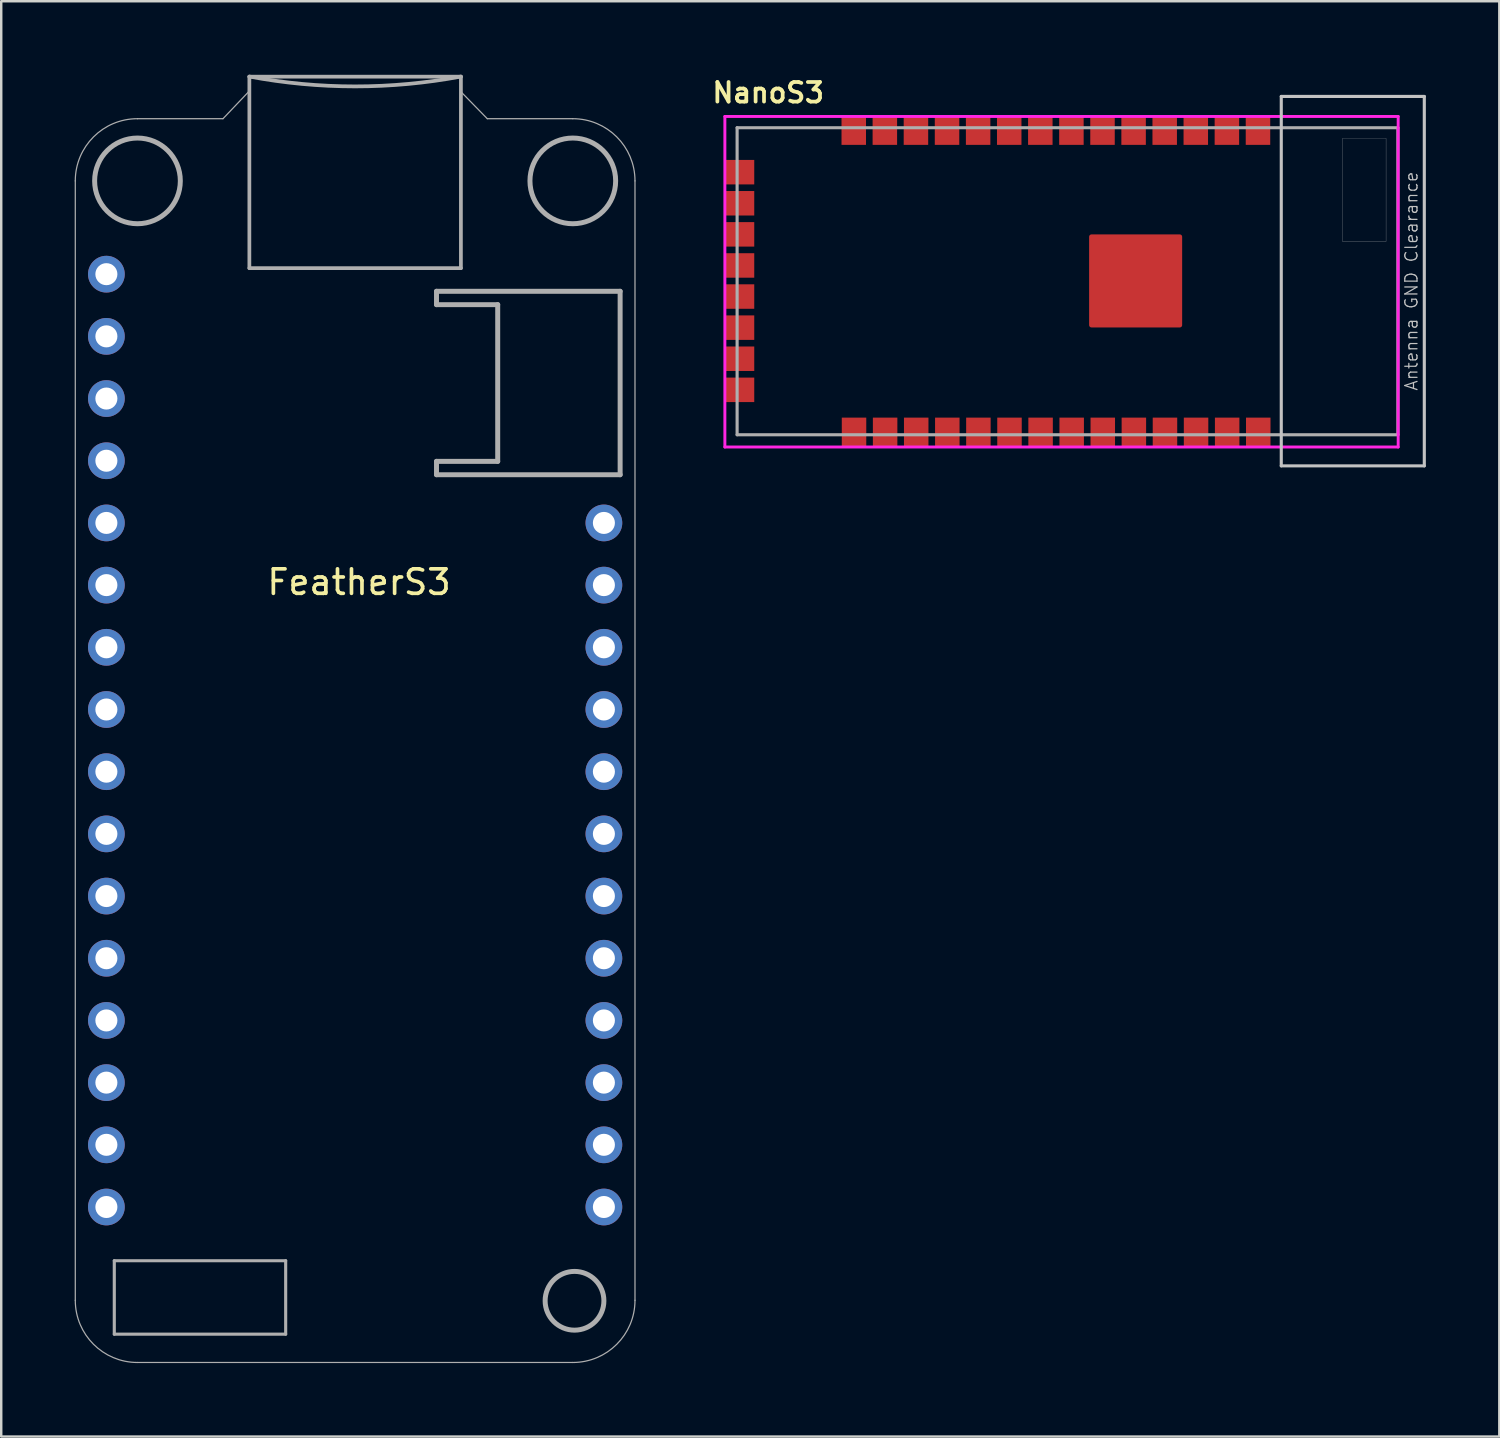
<source format=kicad_pcb>
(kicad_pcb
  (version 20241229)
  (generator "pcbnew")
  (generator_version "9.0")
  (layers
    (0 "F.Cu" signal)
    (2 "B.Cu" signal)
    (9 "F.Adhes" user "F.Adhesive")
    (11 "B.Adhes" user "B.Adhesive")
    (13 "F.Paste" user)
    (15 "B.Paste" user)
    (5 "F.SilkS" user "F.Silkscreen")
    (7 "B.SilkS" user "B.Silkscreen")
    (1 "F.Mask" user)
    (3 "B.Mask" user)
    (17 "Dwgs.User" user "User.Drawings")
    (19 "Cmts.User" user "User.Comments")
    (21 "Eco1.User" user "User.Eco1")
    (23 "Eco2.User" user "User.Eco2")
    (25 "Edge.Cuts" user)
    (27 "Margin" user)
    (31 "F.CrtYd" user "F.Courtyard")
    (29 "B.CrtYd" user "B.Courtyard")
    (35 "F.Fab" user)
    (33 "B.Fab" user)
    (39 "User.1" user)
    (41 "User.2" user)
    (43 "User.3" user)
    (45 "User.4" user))
  (footprint "FeatherS3"
    (layer "F.Cu")
    (at 11.615 26.128)
    (property "Reference" "FeatherS3" (at 0 -5.4 0) (unlocked yes) (layer "F.SilkS") (effects (font (size 1 1) (thickness 0.15))))
    (attr through_hole)
    (fp_line (start -11.59 -21.79) (end -11.59 23.93) (stroke (width 0.05) (type solid)) (layer "F.Fab"))
    (fp_line (start -9.997 22.314) (end -2.997 22.314) (stroke (width 0.127) (type solid)) (layer "F.Fab"))
    (fp_line (start -9.997 25.314) (end -9.997 22.314) (stroke (width 0.127) (type solid)) (layer "F.Fab"))
    (fp_line (start -9.05 26.47) (end 8.73 26.47) (stroke (width 0.05) (type solid)) (layer "F.Fab"))
    (fp_line (start -5.558 -24.33) (end -9.05 -24.33) (stroke (width 0.05) (type solid)) (layer "F.Fab"))
    (fp_line (start -4.486 -25.457) (end -5.558 -24.33) (stroke (width 0.05) (type solid)) (layer "F.Fab"))
    (fp_line (start -4.48 -18.226) (end -4.48 -26.046) (stroke (width 0.152) (type solid)) (layer "F.Fab"))
    (fp_line (start -4.48 -18.216) (end -4.48 -18.226) (stroke (width 0.01) (type solid)) (layer "F.Fab"))
    (fp_line (start -2.997 22.314) (end -2.997 25.314) (stroke (width 0.127) (type solid)) (layer "F.Fab"))
    (fp_line (start -2.997 25.314) (end -9.997 25.314) (stroke (width 0.127) (type solid)) (layer "F.Fab"))
    (fp_line (start 3.163 -17.281) (end 10.663 -17.281) (stroke (width 0.203) (type solid)) (layer "F.Fab"))
    (fp_line (start 3.163 -16.735) (end 3.163 -17.281) (stroke (width 0.203) (type solid)) (layer "F.Fab"))
    (fp_line (start 3.163 -10.335) (end 5.663 -10.335) (stroke (width 0.203) (type solid)) (layer "F.Fab"))
    (fp_line (start 3.163 -9.789) (end 3.163 -10.335) (stroke (width 0.203) (type solid)) (layer "F.Fab"))
    (fp_line (start 4.16 -26.046) (end -4.48 -26.046) (stroke (width 0.152) (type solid)) (layer "F.Fab"))
    (fp_line (start 4.16 -26.046) (end 4.16 -18.226) (stroke (width 0.152) (type solid)) (layer "F.Fab"))
    (fp_line (start 4.16 -22.646) (end 4.16 -24.246) (stroke (width 0.01) (type solid)) (layer "F.Fab"))
    (fp_line (start 4.16 -18.226) (end -4.48 -18.226) (stroke (width 0.152) (type solid)) (layer "F.Fab"))
    (fp_line (start 4.16 -18.216) (end 4.16 -18.226) (stroke (width 0.01) (type solid)) (layer "F.Fab"))
    (fp_line (start 5.237 -24.33) (end 4.182 -25.409) (stroke (width 0.05) (type solid)) (layer "F.Fab"))
    (fp_line (start 5.663 -16.735) (end 3.163 -16.735) (stroke (width 0.203) (type solid)) (layer "F.Fab"))
    (fp_line (start 5.663 -10.335) (end 5.663 -16.735) (stroke (width 0.203) (type solid)) (layer "F.Fab"))
    (fp_line (start 8.73 -24.33) (end 5.237 -24.33) (stroke (width 0.05) (type solid)) (layer "F.Fab"))
    (fp_line (start 10.663 -17.281) (end 10.663 -9.789) (stroke (width 0.203) (type solid)) (layer "F.Fab"))
    (fp_line (start 10.663 -9.789) (end 3.163 -9.789) (stroke (width 0.203) (type solid)) (layer "F.Fab"))
    (fp_line (start 11.27 23.93) (end 11.27 -21.79) (stroke (width 0.05) (type solid)) (layer "F.Fab"))
    (fp_arc (start -11.59 -21.79) (mid -10.846051 -23.586051) (end -9.05 -24.33) (stroke (width 0.05) (type solid)) (layer "F.Fab"))
    (fp_arc (start -9.05 26.47) (mid -10.846051 25.726051) (end -11.59 23.93) (stroke (width 0.05) (type solid)) (layer "F.Fab"))
    (fp_arc (start 4.16 -26.05135) (mid -0.16 -25.649025) (end -4.48 -26.05135) (stroke (width 0.1524) (type solid)) (layer "F.Fab"))
    (fp_arc (start 8.73 -24.33) (mid 10.526051 -23.586051) (end 11.27 -21.79) (stroke (width 0.05) (type solid)) (layer "F.Fab"))
    (fp_arc (start 11.27 23.93) (mid 10.526051 25.726051) (end 8.73 26.47) (stroke (width 0.05) (type solid)) (layer "F.Fab"))
    (fp_circle (center -9.05 -21.79) (end -7.3 -21.79) (stroke (width 0.203) (type solid)) (fill no) (layer "F.Fab"))
    (fp_circle (center 8.73 -21.79) (end 10.48 -21.79) (stroke (width 0.203) (type solid)) (fill no) (layer "F.Fab"))
    (fp_circle (center 8.8 23.95) (end 10 23.95) (stroke (width 0.203) (type solid)) (fill no) (layer "F.Fab"))
    (pad "1" thru_hole circle (at 10 -7.82) (size 1.5 1.5) (drill 0.9) (layers "*.Cu" "*.Mask"))
    (pad "2" thru_hole circle (at 10 -5.28) (size 1.5 1.5) (drill 0.9) (layers "*.Cu" "*.Mask"))
    (pad "3" thru_hole circle (at 10 -2.74) (size 1.5 1.5) (drill 0.9) (layers "*.Cu" "*.Mask"))
    (pad "4" thru_hole circle (at 10 -0.2) (size 1.5 1.5) (drill 0.9) (layers "*.Cu" "*.Mask"))
    (pad "5" thru_hole circle (at 10 2.34) (size 1.5 1.5) (drill 0.9) (layers "*.Cu" "*.Mask"))
    (pad "6" thru_hole circle (at 10 4.88) (size 1.5 1.5) (drill 0.9) (layers "*.Cu" "*.Mask"))
    (pad "7" thru_hole circle (at 10 7.42) (size 1.5 1.5) (drill 0.9) (layers "*.Cu" "*.Mask"))
    (pad "8" thru_hole circle (at 10 9.96) (size 1.5 1.5) (drill 0.9) (layers "*.Cu" "*.Mask"))
    (pad "9" thru_hole circle (at 10 12.5) (size 1.5 1.5) (drill 0.9) (layers "*.Cu" "*.Mask"))
    (pad "10" thru_hole circle (at 10 15.04) (size 1.5 1.5) (drill 0.9) (layers "*.Cu" "*.Mask"))
    (pad "11" thru_hole circle (at 10 17.58) (size 1.5 1.5) (drill 0.9) (layers "*.Cu" "*.Mask"))
    (pad "12" thru_hole circle (at 10 20.12) (size 1.5 1.5) (drill 0.9) (layers "*.Cu" "*.Mask"))
    (pad "13" thru_hole circle (at -10.32 20.12 180) (size 1.5 1.5) (drill 0.9) (layers "*.Cu" "*.Mask"))
    (pad "14" thru_hole circle (at -10.32 17.58 180) (size 1.5 1.5) (drill 0.9) (layers "*.Cu" "*.Mask"))
    (pad "15" thru_hole circle (at -10.32 15.04 180) (size 1.5 1.5) (drill 0.9) (layers "*.Cu" "*.Mask"))
    (pad "16" thru_hole circle (at -10.32 12.5 180) (size 1.5 1.5) (drill 0.9) (layers "*.Cu" "*.Mask"))
    (pad "17" thru_hole circle (at -10.32 9.96 180) (size 1.5 1.5) (drill 0.9) (layers "*.Cu" "*.Mask"))
    (pad "18" thru_hole circle (at -10.32 7.42 180) (size 1.5 1.5) (drill 0.9) (layers "*.Cu" "*.Mask"))
    (pad "19" thru_hole circle (at -10.32 4.88 180) (size 1.5 1.5) (drill 0.9) (layers "*.Cu" "*.Mask"))
    (pad "20" thru_hole circle (at -10.32 2.34 180) (size 1.5 1.5) (drill 0.9) (layers "*.Cu" "*.Mask"))
    (pad "21" thru_hole circle (at -10.32 -0.2 180) (size 1.5 1.5) (drill 0.9) (layers "*.Cu" "*.Mask"))
    (pad "22" thru_hole circle (at -10.32 -2.74 180) (size 1.5 1.5) (drill 0.9) (layers "*.Cu" "*.Mask"))
    (pad "23" thru_hole circle (at -10.32 -5.28 180) (size 1.5 1.5) (drill 0.9) (layers "*.Cu" "*.Mask"))
    (pad "24" thru_hole circle (at -10.32 -7.82 180) (size 1.5 1.5) (drill 0.9) (layers "*.Cu" "*.Mask"))
    (pad "25" thru_hole circle (at -10.32 -10.36 180) (size 1.5 1.5) (drill 0.9) (layers "*.Cu" "*.Mask"))
    (pad "26" thru_hole circle (at -10.32 -12.9 180) (size 1.5 1.5) (drill 0.9) (layers "*.Cu" "*.Mask"))
    (pad "27" thru_hole circle (at -10.32 -15.44 180) (size 1.5 1.5) (drill 0.9) (layers "*.Cu" "*.Mask"))
    (pad "28" thru_hole circle (at -10.32 -17.98 180) (size 1.5 1.5) (drill 0.9) (layers "*.Cu" "*.Mask")))
  (footprint "NanoS3"
    (layer "F.Cu")
    (at 27.056 14.707)
    (property "Reference" "NanoS3" (at 1.27 -13.97 0) (layer "F.SilkS") (effects (font (size 0.8 0.8) (thickness 0.153))))
    (attr smd)
    (fp_rect (start 14.757 -7.798) (end 16.002 -6.553) (stroke (width 0.02) (type solid)) (fill yes) (layer "F.Paste"))
    (fp_rect (start 14.757 -5.994) (end 16.002 -4.75) (stroke (width 0.02) (type solid)) (fill yes) (layer "F.Paste"))
    (fp_rect (start 16.535 -7.798) (end 17.78 -6.553) (stroke (width 0.02) (type solid)) (fill yes) (layer "F.Paste"))
    (fp_rect (start 16.535 -5.994) (end 17.78 -4.75) (stroke (width 0.02) (type solid)) (fill yes) (layer "F.Paste"))
    (fp_line (start 22.225 -13.818) (end 28.067 -13.818) (stroke (width 0.127) (type solid)) (layer "Dwgs.User"))
    (fp_line (start 22.225 1.27) (end 22.225 -13.818) (stroke (width 0.127) (type solid)) (layer "Dwgs.User"))
    (fp_line (start 28.067 -13.818) (end 28.067 1.27) (stroke (width 0.127) (type solid)) (layer "Dwgs.User"))
    (fp_line (start 28.067 1.27) (end 22.225 1.27) (stroke (width 0.127) (type solid)) (layer "Dwgs.User"))
    (fp_line (start -0.5 -13) (end 27 -13) (stroke (width 0.12) (type solid)) (layer "F.CrtYd"))
    (fp_line (start -0.5 0.5) (end -0.5 -13) (stroke (width 0.12) (type solid)) (layer "F.CrtYd"))
    (fp_line (start 27 -13) (end 27 0.5) (stroke (width 0.12) (type solid)) (layer "F.CrtYd"))
    (fp_line (start 27 0.5) (end -0.5 0.5) (stroke (width 0.12) (type solid)) (layer "F.CrtYd"))
    (fp_line (start 0 -12.54) (end 26.988 -12.54) (stroke (width 0.127) (type solid)) (layer "F.Fab"))
    (fp_line (start 0 0) (end 0 -12.54) (stroke (width 0.127) (type solid)) (layer "F.Fab"))
    (fp_line (start 26.988 -12.54) (end 26.988 0) (stroke (width 0.127) (type solid)) (layer "F.Fab"))
    (fp_line (start 26.988 0) (end 0 0) (stroke (width 0.127) (type solid)) (layer "F.Fab"))
    (fp_poly (pts (xy 24.727 -12.108) (xy 26.505 -12.108) (xy 26.505 -7.892) (xy 24.727 -7.892)) (stroke (width 0.01) (type solid)) (fill no) (layer "F.Fab"))
    (fp_text user "Antenna GND Clearance" (at 27.54 -6.274 90) (layer "Dwgs.User") (effects (font (size 0.5 0.5) (thickness 0.05))))
    (pad "1" smd rect (at 0.1 -1.835) (size 1.2 1) (layers "F.Cu" "F.Mask" "F.Paste"))
    (pad "2" smd rect (at 0.1 -3.105) (size 1.2 1) (layers "F.Cu" "F.Mask" "F.Paste"))
    (pad "3" smd rect (at 0.1 -4.375) (size 1.2 1) (layers "F.Cu" "F.Mask" "F.Paste"))
    (pad "4" smd rect (at 0.1 -5.645) (size 1.2 1) (layers "F.Cu" "F.Mask" "F.Paste"))
    (pad "5" smd rect (at 0.1 -6.915) (size 1.2 1) (layers "F.Cu" "F.Mask" "F.Paste"))
    (pad "6" smd rect (at 0.1 -8.185) (size 1.2 1) (layers "F.Cu" "F.Mask" "F.Paste"))
    (pad "7" smd rect (at 0.1 -9.455) (size 1.2 1) (layers "F.Cu" "F.Mask" "F.Paste"))
    (pad "8" smd rect (at 0.1 -10.725) (size 1.2 1) (layers "F.Cu" "F.Mask" "F.Paste"))
    (pad "9" smd rect (at 4.764 -12.44) (size 1 1.2) (layers "F.Cu" "F.Mask" "F.Paste"))
    (pad "10" smd rect (at 6.034 -12.44) (size 1 1.2) (layers "F.Cu" "F.Mask" "F.Paste"))
    (pad "11" smd rect (at 7.304 -12.44) (size 1 1.2) (layers "F.Cu" "F.Mask" "F.Paste"))
    (pad "12" smd rect (at 8.574 -12.44) (size 1 1.2) (layers "F.Cu" "F.Mask" "F.Paste"))
    (pad "13" smd rect (at 9.844 -12.44) (size 1 1.2) (layers "F.Cu" "F.Mask" "F.Paste"))
    (pad "14" smd rect (at 11.114 -12.44) (size 1 1.2) (layers "F.Cu" "F.Mask" "F.Paste"))
    (pad "15" smd rect (at 12.384 -12.44) (size 1 1.2) (layers "F.Cu" "F.Mask" "F.Paste"))
    (pad "16" smd rect (at 13.654 -12.44) (size 1 1.2) (layers "F.Cu" "F.Mask" "F.Paste"))
    (pad "17" smd rect (at 14.924 -12.44) (size 1 1.2) (layers "F.Cu" "F.Mask" "F.Paste"))
    (pad "18" smd rect (at 16.194 -12.44) (size 1 1.2) (layers "F.Cu" "F.Mask" "F.Paste"))
    (pad "19" smd rect (at 17.464 -12.44) (size 1 1.2) (layers "F.Cu" "F.Mask" "F.Paste"))
    (pad "20" smd rect (at 18.734 -12.44) (size 1 1.2) (layers "F.Cu" "F.Mask" "F.Paste"))
    (pad "21" smd rect (at 20.004 -12.44) (size 1 1.2) (layers "F.Cu" "F.Mask" "F.Paste"))
    (pad "22" smd rect (at 21.274 -12.44) (size 1 1.2) (layers "F.Cu" "F.Mask" "F.Paste"))
    (pad "23" smd rect (at 4.775 -0.1) (size 1 1.2) (layers "F.Cu" "F.Mask" "F.Paste"))
    (pad "24" smd rect (at 6.045 -0.1) (size 1 1.2) (layers "F.Cu" "F.Mask" "F.Paste"))
    (pad "25" smd rect (at 7.315 -0.1) (size 1 1.2) (layers "F.Cu" "F.Mask" "F.Paste"))
    (pad "26" smd rect (at 8.585 -0.1) (size 1 1.2) (layers "F.Cu" "F.Mask" "F.Paste"))
    (pad "27" smd rect (at 9.855 -0.1) (size 1 1.2) (layers "F.Cu" "F.Mask" "F.Paste"))
    (pad "28" smd rect (at 11.125 -0.1) (size 1 1.2) (layers "F.Cu" "F.Mask" "F.Paste"))
    (pad "29" smd rect (at 12.395 -0.1) (size 1 1.2) (layers "F.Cu" "F.Mask" "F.Paste"))
    (pad "30" smd rect (at 13.665 -0.1) (size 1 1.2) (layers "F.Cu" "F.Mask" "F.Paste"))
    (pad "31" smd rect (at 14.935 -0.1) (size 1 1.2) (layers "F.Cu" "F.Mask" "F.Paste"))
    (pad "32" smd rect (at 16.205 -0.1) (size 1 1.2) (layers "F.Cu" "F.Mask" "F.Paste"))
    (pad "33" smd rect (at 17.475 -0.1) (size 1 1.2) (layers "F.Cu" "F.Mask" "F.Paste"))
    (pad "34" smd rect (at 18.745 -0.1) (size 1 1.2) (layers "F.Cu" "F.Mask" "F.Paste"))
    (pad "35" smd rect (at 20.015 -0.1) (size 1 1.2) (layers "F.Cu" "F.Mask" "F.Paste"))
    (pad "36" smd rect (at 21.285 -0.1) (size 1 1.2) (layers "F.Cu" "F.Mask" "F.Paste"))
    (pad "EXP" smd roundrect (at 16.277 -6.283 180) (size 3.8 3.8) (layers "F.Cu" "F.Mask") (roundrect_rratio 0.025)))
  (gr_rect
    (start -3 -3)
    (end 58.187 55.623)
    (stroke (width 0.1) (type default))
    (fill no)
    (layer "Edge.Cuts")))
</source>
